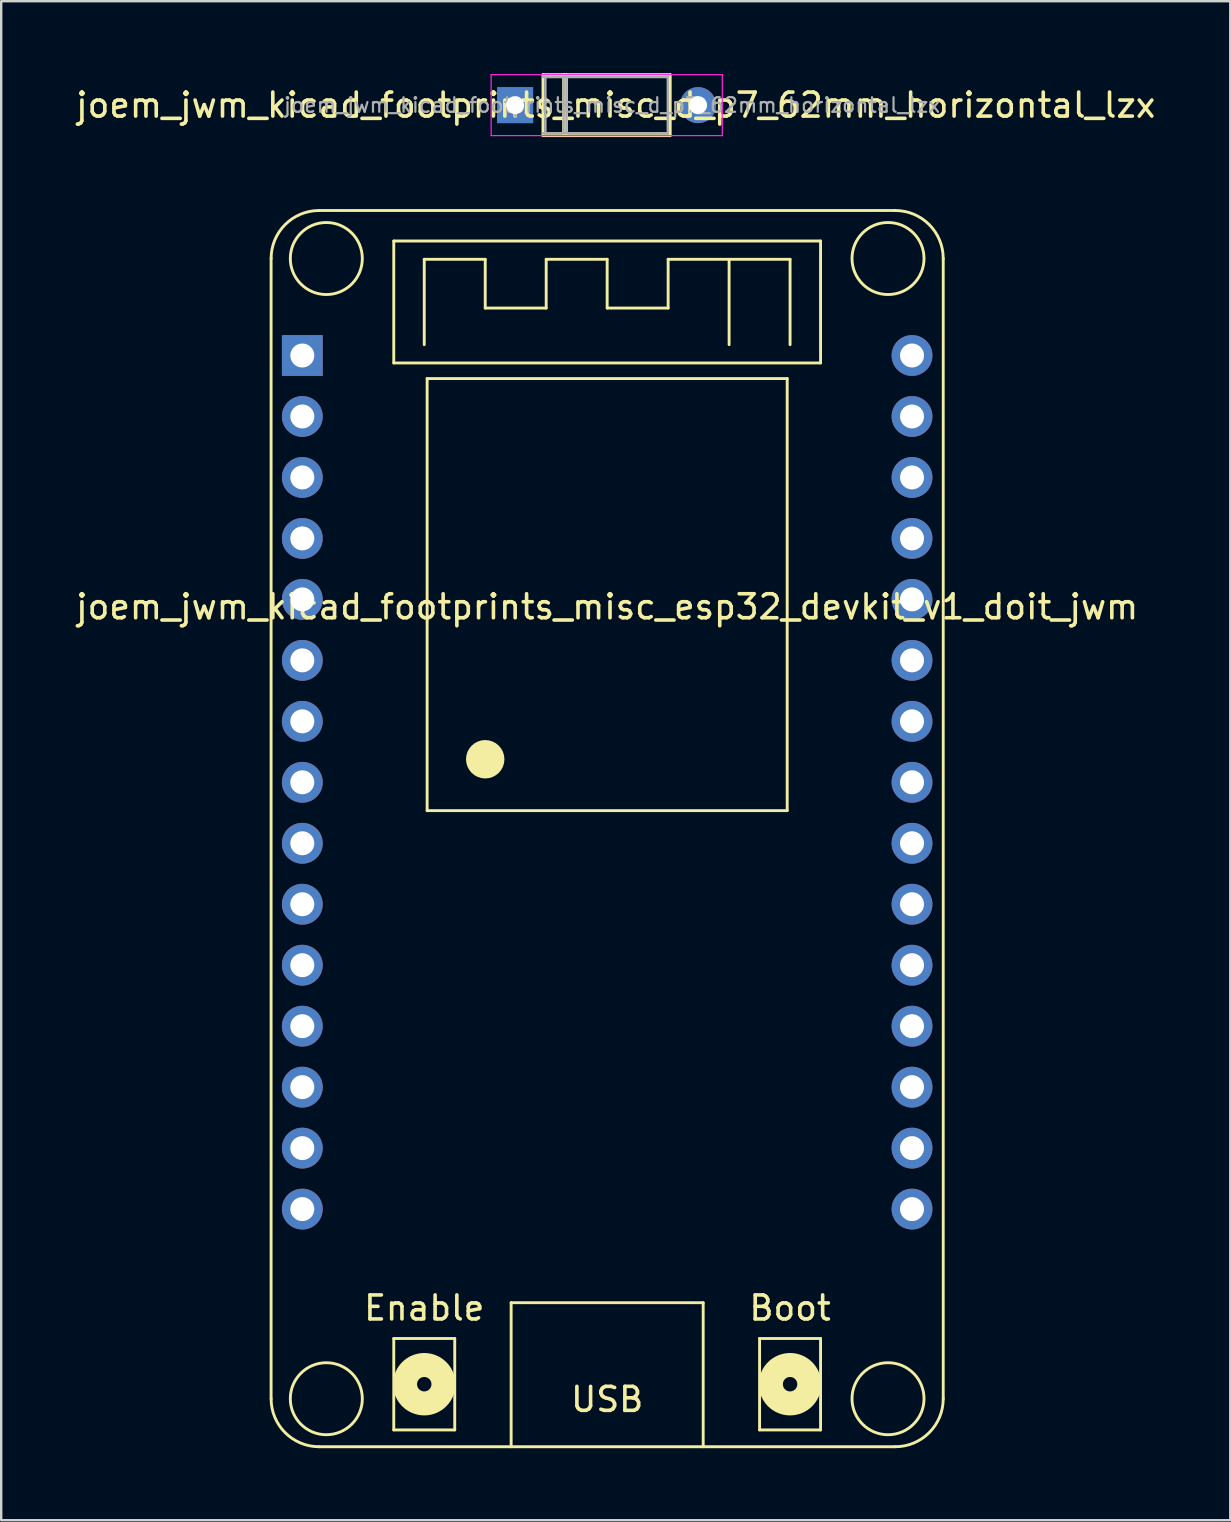
<source format=kicad_pcb>
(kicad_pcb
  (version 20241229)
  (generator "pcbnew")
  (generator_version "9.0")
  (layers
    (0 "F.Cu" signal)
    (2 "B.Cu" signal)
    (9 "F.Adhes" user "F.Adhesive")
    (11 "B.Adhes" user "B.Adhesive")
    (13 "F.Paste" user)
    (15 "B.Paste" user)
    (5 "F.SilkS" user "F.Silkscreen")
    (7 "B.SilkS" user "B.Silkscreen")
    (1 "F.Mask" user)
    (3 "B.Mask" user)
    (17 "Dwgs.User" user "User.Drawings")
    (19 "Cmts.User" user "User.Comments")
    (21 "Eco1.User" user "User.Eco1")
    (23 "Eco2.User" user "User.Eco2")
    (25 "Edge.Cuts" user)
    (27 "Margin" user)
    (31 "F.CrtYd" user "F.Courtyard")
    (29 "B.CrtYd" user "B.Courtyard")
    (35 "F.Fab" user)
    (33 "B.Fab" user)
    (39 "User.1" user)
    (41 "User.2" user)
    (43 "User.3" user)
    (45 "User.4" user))
  (footprint "joem_jwm_kicad_footprints_misc_esp32_devkit_v1_doit_jwm"
    (layer "F.Cu")
    (at 22.244 11.76)
    (property "Reference" "joem_jwm_kicad_footprints_misc_esp32_devkit_v1_doit_jwm" (at 0 10.47 0) (layer "F.SilkS") (effects (font (size 1 1) (thickness 0.15))))
    (attr through_hole)
    (fp_line (start -14 -4.04) (end -14 43.46) (stroke (width 0.12) (type solid)) (layer "F.SilkS"))
    (fp_line (start -12 -6.04) (end 12 -6.04) (stroke (width 0.12) (type solid)) (layer "F.SilkS"))
    (fp_line (start -12 45.46) (end 12 45.46) (stroke (width 0.12) (type solid)) (layer "F.SilkS"))
    (fp_line (start -8.89 -4.77) (end 8.89 -4.77) (stroke (width 0.12) (type solid)) (layer "F.SilkS"))
    (fp_line (start -8.89 0.31) (end -8.89 -4.77) (stroke (width 0.12) (type solid)) (layer "F.SilkS"))
    (fp_line (start -8.89 40.95) (end -6.35 40.95) (stroke (width 0.12) (type solid)) (layer "F.SilkS"))
    (fp_line (start -8.89 44.76) (end -8.89 40.95) (stroke (width 0.12) (type solid)) (layer "F.SilkS"))
    (fp_line (start -7.62 -4.008) (end -5.08 -4.008) (stroke (width 0.12) (type solid)) (layer "F.SilkS"))
    (fp_line (start -7.62 -0.452) (end -7.62 -4.008) (stroke (width 0.12) (type solid)) (layer "F.SilkS"))
    (fp_line (start -7.5 0.96) (end 7.5 0.96) (stroke (width 0.12) (type solid)) (layer "F.SilkS"))
    (fp_line (start -7.5 18.96) (end -7.5 0.96) (stroke (width 0.12) (type solid)) (layer "F.SilkS"))
    (fp_line (start -6.35 40.95) (end -6.35 44.76) (stroke (width 0.12) (type solid)) (layer "F.SilkS"))
    (fp_line (start -6.35 44.76) (end -8.89 44.76) (stroke (width 0.12) (type solid)) (layer "F.SilkS"))
    (fp_line (start -5.08 -4.008) (end -5.08 -1.976) (stroke (width 0.12) (type solid)) (layer "F.SilkS"))
    (fp_line (start -5.08 -1.976) (end -2.54 -1.976) (stroke (width 0.12) (type solid)) (layer "F.SilkS"))
    (fp_line (start -4 39.46) (end -4 45.46) (stroke (width 0.12) (type solid)) (layer "F.SilkS"))
    (fp_line (start -4 39.46) (end 4 39.46) (stroke (width 0.12) (type solid)) (layer "F.SilkS"))
    (fp_line (start -2.54 -4.008) (end 0 -4.008) (stroke (width 0.12) (type solid)) (layer "F.SilkS"))
    (fp_line (start -2.54 -1.976) (end -2.54 -4.008) (stroke (width 0.12) (type solid)) (layer "F.SilkS"))
    (fp_line (start 0 -4.008) (end 0 -1.976) (stroke (width 0.12) (type solid)) (layer "F.SilkS"))
    (fp_line (start 0 -1.976) (end 2.54 -1.976) (stroke (width 0.12) (type solid)) (layer "F.SilkS"))
    (fp_line (start 2.54 -4.008) (end 7.62 -4.008) (stroke (width 0.12) (type solid)) (layer "F.SilkS"))
    (fp_line (start 2.54 -1.976) (end 2.54 -4.008) (stroke (width 0.12) (type solid)) (layer "F.SilkS"))
    (fp_line (start 4 39.46) (end 4 45.46) (stroke (width 0.12) (type solid)) (layer "F.SilkS"))
    (fp_line (start 5.08 -4.008) (end 5.08 -0.452) (stroke (width 0.12) (type solid)) (layer "F.SilkS"))
    (fp_line (start 6.35 40.95) (end 8.89 40.95) (stroke (width 0.12) (type solid)) (layer "F.SilkS"))
    (fp_line (start 6.35 44.76) (end 6.35 40.95) (stroke (width 0.12) (type solid)) (layer "F.SilkS"))
    (fp_line (start 7.5 0.96) (end 7.5 18.96) (stroke (width 0.12) (type solid)) (layer "F.SilkS"))
    (fp_line (start 7.5 18.96) (end -7.5 18.96) (stroke (width 0.12) (type solid)) (layer "F.SilkS"))
    (fp_line (start 7.62 -4.008) (end 7.62 -0.452) (stroke (width 0.12) (type solid)) (layer "F.SilkS"))
    (fp_line (start 8.89 -4.77) (end 8.89 0.31) (stroke (width 0.12) (type solid)) (layer "F.SilkS"))
    (fp_line (start 8.89 0.31) (end -8.89 0.31) (stroke (width 0.12) (type solid)) (layer "F.SilkS"))
    (fp_line (start 8.89 40.95) (end 8.89 44.76) (stroke (width 0.12) (type solid)) (layer "F.SilkS"))
    (fp_line (start 8.89 44.76) (end 6.35 44.76) (stroke (width 0.12) (type solid)) (layer "F.SilkS"))
    (fp_line (start 14 43.46) (end 14 -4.04) (stroke (width 0.12) (type solid)) (layer "F.SilkS"))
    (fp_arc (start -14 -4.04) (mid -13.414214 -5.454214) (end -12 -6.04) (stroke (width 0.12) (type solid)) (layer "F.SilkS"))
    (fp_arc (start -12 45.46) (mid -13.414214 44.874214) (end -14 43.46) (stroke (width 0.12) (type solid)) (layer "F.SilkS"))
    (fp_arc (start 12 -6.04) (mid 13.414214 -5.454214) (end 14 -4.04) (stroke (width 0.12) (type solid)) (layer "F.SilkS"))
    (fp_arc (start 14 43.46) (mid 13.414214 44.874214) (end 12 45.46) (stroke (width 0.12) (type solid)) (layer "F.SilkS"))
    (fp_circle (center -11.7 -4.04) (end -10.2 -4.04) (stroke (width 0.12) (type solid)) (fill no) (layer "F.SilkS"))
    (fp_circle (center -11.7 43.46) (end -10.2 43.46) (stroke (width 0.12) (type solid)) (fill no) (layer "F.SilkS"))
    (fp_circle (center -7.62 42.855) (end -7.32 42.855) (stroke (width 1) (type solid)) (fill no) (layer "F.SilkS"))
    (fp_circle (center -5.08 16.82) (end -4.68 16.82) (stroke (width 0.8) (type solid)) (fill no) (layer "F.SilkS"))
    (fp_circle (center 7.62 42.855) (end 7.92 42.855) (stroke (width 1) (type solid)) (fill no) (layer "F.SilkS"))
    (fp_circle (center 11.7 -4.04) (end 13.2 -4.04) (stroke (width 0.12) (type solid)) (fill no) (layer "F.SilkS"))
    (fp_circle (center 11.7 43.46) (end 13.2 43.46) (stroke (width 0.12) (type solid)) (fill no) (layer "F.SilkS"))
    (fp_text user "USB" (at 0 43.49 0) (layer "F.SilkS") (effects (font (size 1 1) (thickness 0.15))))
    (fp_text user "Enable" (at -7.62 39.68 0) (layer "F.SilkS") (effects (font (size 1 1) (thickness 0.15))))
    (fp_text user "Boot" (at 7.62 39.68 0) (layer "F.SilkS") (effects (font (size 1 1) (thickness 0.15))))
    (pad "1" thru_hole rect (at -12.7 0) (size 1.7 1.7) (drill 1) (layers "*.Cu" "*.Mask"))
    (pad "2" thru_hole circle (at -12.7 2.54) (size 1.7 1.7) (drill 1) (layers "*.Cu" "*.Mask"))
    (pad "3" thru_hole circle (at -12.7 5.08) (size 1.7 1.7) (drill 1) (layers "*.Cu" "*.Mask"))
    (pad "4" thru_hole circle (at -12.7 7.62) (size 1.7 1.7) (drill 1) (layers "*.Cu" "*.Mask"))
    (pad "5" thru_hole circle (at -12.7 10.16) (size 1.7 1.7) (drill 1) (layers "*.Cu" "*.Mask"))
    (pad "6" thru_hole circle (at -12.7 12.7) (size 1.7 1.7) (drill 1) (layers "*.Cu" "*.Mask"))
    (pad "7" thru_hole circle (at -12.7 15.24) (size 1.7 1.7) (drill 1) (layers "*.Cu" "*.Mask"))
    (pad "8" thru_hole circle (at -12.7 17.78) (size 1.7 1.7) (drill 1) (layers "*.Cu" "*.Mask"))
    (pad "9" thru_hole circle (at -12.7 20.32) (size 1.7 1.7) (drill 1) (layers "*.Cu" "*.Mask"))
    (pad "10" thru_hole circle (at -12.7 22.86) (size 1.7 1.7) (drill 1) (layers "*.Cu" "*.Mask"))
    (pad "11" thru_hole circle (at -12.7 25.4) (size 1.7 1.7) (drill 1) (layers "*.Cu" "*.Mask"))
    (pad "12" thru_hole circle (at -12.7 27.94) (size 1.7 1.7) (drill 1) (layers "*.Cu" "*.Mask"))
    (pad "13" thru_hole circle (at -12.7 30.48) (size 1.7 1.7) (drill 1) (layers "*.Cu" "*.Mask"))
    (pad "14" thru_hole circle (at -12.7 33.02) (size 1.7 1.7) (drill 1) (layers "*.Cu" "*.Mask"))
    (pad "15" thru_hole circle (at -12.7 35.56) (size 1.7 1.7) (drill 1) (layers "*.Cu" "*.Mask"))
    (pad "16" thru_hole circle (at 12.7 35.56) (size 1.7 1.7) (drill 1) (layers "*.Cu" "*.Mask"))
    (pad "17" thru_hole circle (at 12.7 33.02) (size 1.7 1.7) (drill 1) (layers "*.Cu" "*.Mask"))
    (pad "18" thru_hole circle (at 12.7 30.48) (size 1.7 1.7) (drill 1) (layers "*.Cu" "*.Mask"))
    (pad "19" thru_hole circle (at 12.7 27.94) (size 1.7 1.7) (drill 1) (layers "*.Cu" "*.Mask"))
    (pad "20" thru_hole circle (at 12.7 25.4) (size 1.7 1.7) (drill 1) (layers "*.Cu" "*.Mask"))
    (pad "21" thru_hole circle (at 12.7 22.86) (size 1.7 1.7) (drill 1) (layers "*.Cu" "*.Mask"))
    (pad "22" thru_hole circle (at 12.7 20.32) (size 1.7 1.7) (drill 1) (layers "*.Cu" "*.Mask"))
    (pad "23" thru_hole circle (at 12.7 17.78) (size 1.7 1.7) (drill 1) (layers "*.Cu" "*.Mask"))
    (pad "24" thru_hole circle (at 12.7 15.24) (size 1.7 1.7) (drill 1) (layers "*.Cu" "*.Mask"))
    (pad "25" thru_hole circle (at 12.7 12.7) (size 1.7 1.7) (drill 1) (layers "*.Cu" "*.Mask"))
    (pad "26" thru_hole circle (at 12.7 10.16) (size 1.7 1.7) (drill 1) (layers "*.Cu" "*.Mask"))
    (pad "27" thru_hole circle (at 12.7 7.62) (size 1.7 1.7) (drill 1) (layers "*.Cu" "*.Mask"))
    (pad "28" thru_hole circle (at 12.7 5.08) (size 1.7 1.7) (drill 1) (layers "*.Cu" "*.Mask"))
    (pad "29" thru_hole circle (at 12.7 2.54) (size 1.7 1.7) (drill 1) (layers "*.Cu" "*.Mask"))
    (pad "30" thru_hole circle (at 12.7 0) (size 1.7 1.7) (drill 1) (layers "*.Cu" "*.Mask")))
  (footprint "joem_jwm_kicad_footprints_misc_d_p7_62mm_horizontal_lzx"
    (layer "F.Cu")
    (at 18.41 1.33)
    (property "Reference" "joem_jwm_kicad_footprints_misc_d_p7_62mm_horizontal_lzx" (at 4.191 0 0) (layer "F.SilkS") (effects (font (size 1 1) (thickness 0.15))))
    (attr through_hole)
    (fp_line (start 1.16 -1.27) (end 1.16 1.27) (stroke (width 0.12) (type solid)) (layer "F.SilkS"))
    (fp_line (start 1.16 1.27) (end 6.46 1.27) (stroke (width 0.12) (type solid)) (layer "F.SilkS"))
    (fp_line (start 2.02 -1.27) (end 2.02 1.27) (stroke (width 0.12) (type solid)) (layer "F.SilkS"))
    (fp_line (start 2.14 -1.27) (end 2.14 1.27) (stroke (width 0.12) (type solid)) (layer "F.SilkS"))
    (fp_line (start 6.46 -1.27) (end 1.16 -1.27) (stroke (width 0.12) (type solid)) (layer "F.SilkS"))
    (fp_line (start 6.46 1.27) (end 6.46 -1.27) (stroke (width 0.12) (type solid)) (layer "F.SilkS"))
    (fp_line (start -1 -1.27) (end -1 1.27) (stroke (width 0.05) (type solid)) (layer "F.CrtYd"))
    (fp_line (start -1 1.27) (end 8.63 1.27) (stroke (width 0.05) (type solid)) (layer "F.CrtYd"))
    (fp_line (start 8.63 -1.27) (end -1 -1.27) (stroke (width 0.05) (type solid)) (layer "F.CrtYd"))
    (fp_line (start 8.63 1.27) (end 8.63 -1.27) (stroke (width 0.05) (type solid)) (layer "F.CrtYd"))
    (fp_line (start 1.16 1.17) (end 6.36 1.17) (stroke (width 0.1) (type solid)) (layer "F.Fab"))
    (fp_line (start 1.26 -1.17) (end 1.26 1.17) (stroke (width 0.1) (type solid)) (layer "F.Fab"))
    (fp_line (start 2.02 -1.17) (end 2.02 1.17) (stroke (width 0.1) (type solid)) (layer "F.Fab"))
    (fp_line (start 2.14 -1.17) (end 2.14 1.17) (stroke (width 0.1) (type solid)) (layer "F.Fab"))
    (fp_line (start 6.36 -1.17) (end 1.16 -1.17) (stroke (width 0.1) (type solid)) (layer "F.Fab"))
    (fp_line (start 6.36 1.17) (end 6.36 -1.17) (stroke (width 0.1) (type solid)) (layer "F.Fab"))
    (fp_text user "${REFERENCE}" (at 4.038 0 0) (layer "F.Fab") (effects (font (size 0.608 0.608) (thickness 0.091))))
    (pad "1" thru_hole rect (at 0 0) (size 1.5 1.5) (drill 0.75) (layers "*.Cu" "*.Mask"))
    (pad "2" thru_hole oval (at 7.62 0) (size 1.5 1.5) (drill 0.75) (layers "*.Cu" "*.Mask")))
  (gr_rect
    (start -3 -3)
    (end 48.202 60.28)
    (stroke (width 0.1) (type default))
    (fill no)
    (layer "Edge.Cuts")))
</source>
